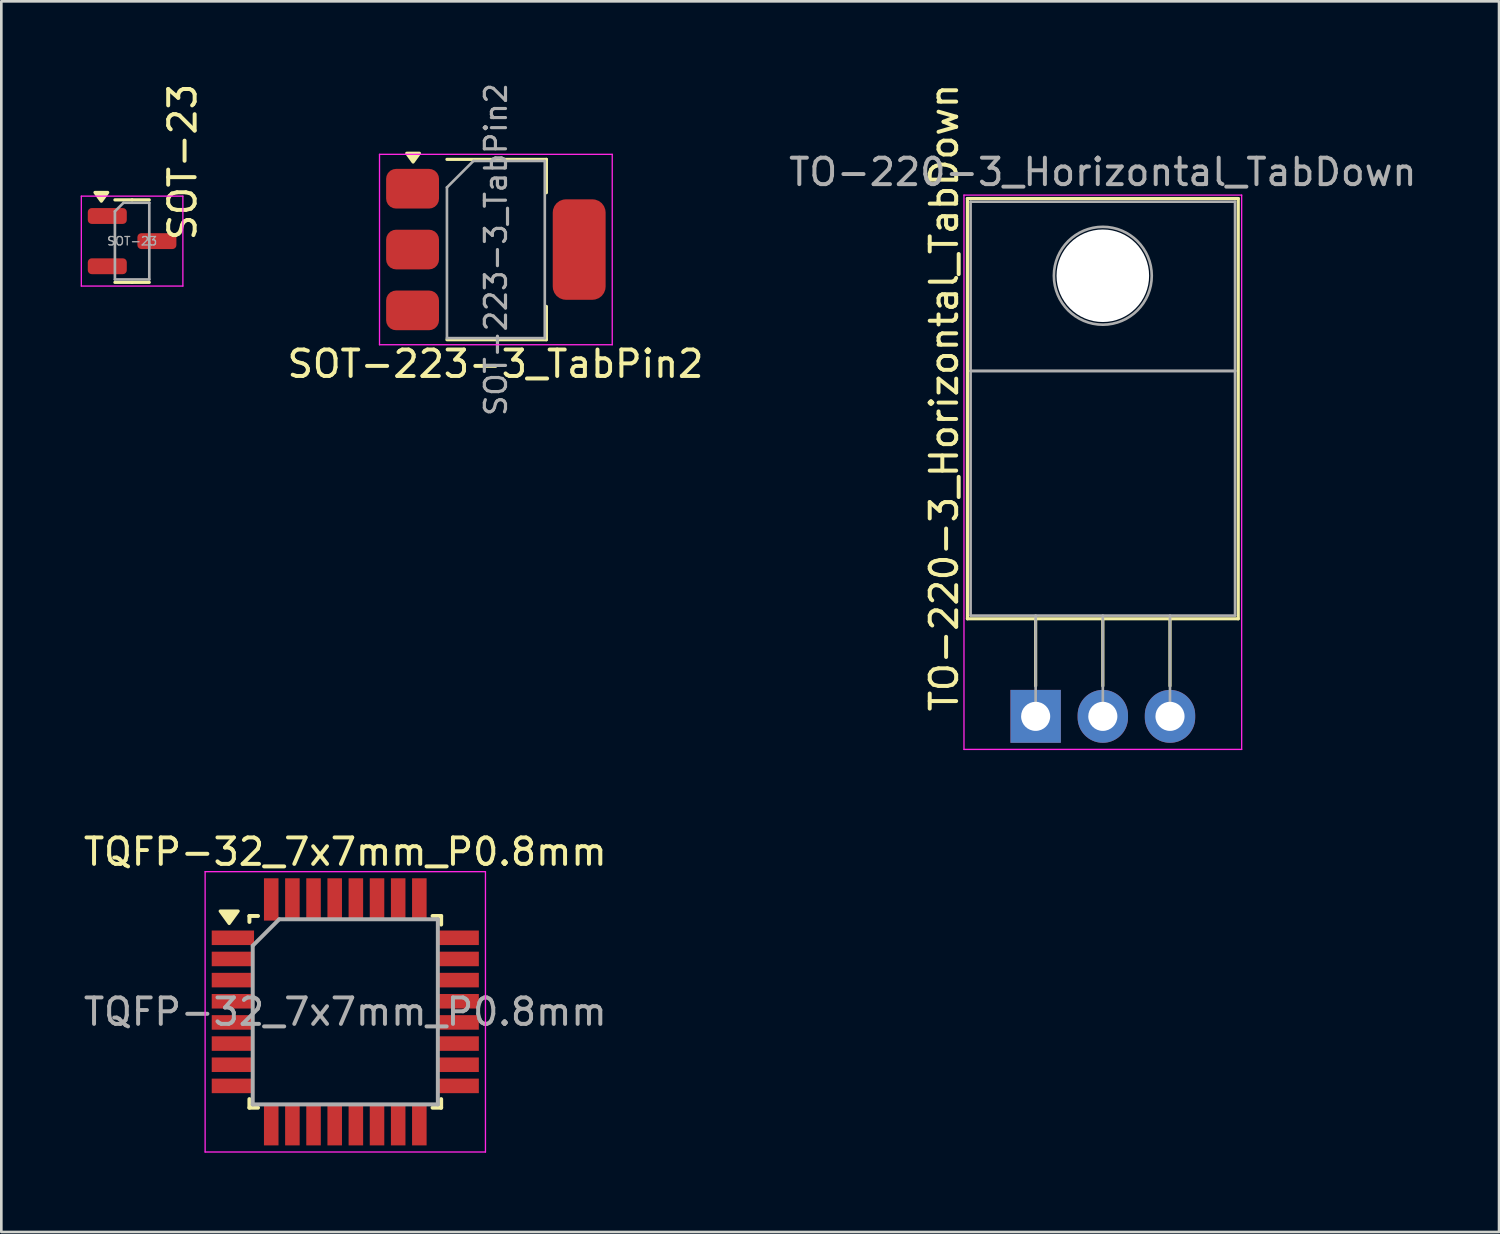
<source format=kicad_pcb>
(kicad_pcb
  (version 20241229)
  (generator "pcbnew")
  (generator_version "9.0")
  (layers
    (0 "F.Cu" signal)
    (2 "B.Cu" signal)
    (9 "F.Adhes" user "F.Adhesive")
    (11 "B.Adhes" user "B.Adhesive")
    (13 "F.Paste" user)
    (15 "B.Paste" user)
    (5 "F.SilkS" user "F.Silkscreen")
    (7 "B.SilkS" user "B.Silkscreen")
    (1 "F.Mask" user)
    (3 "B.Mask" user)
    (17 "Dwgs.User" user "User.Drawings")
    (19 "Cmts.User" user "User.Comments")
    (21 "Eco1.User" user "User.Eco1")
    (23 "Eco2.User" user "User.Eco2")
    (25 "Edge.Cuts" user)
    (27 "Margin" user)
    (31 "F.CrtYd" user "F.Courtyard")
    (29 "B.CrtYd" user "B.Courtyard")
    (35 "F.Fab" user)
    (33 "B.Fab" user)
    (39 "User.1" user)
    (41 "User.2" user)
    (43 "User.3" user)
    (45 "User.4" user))
  (footprint "SOT-223-3_TabPin2"
    (layer "F.Cu")
    (at 15.7 6.386)
    (property "Reference" "SOT-223-3_TabPin2" (at -0.015 4.325 0) (layer "F.SilkS") (effects (font (size 1 1) (thickness 0.15))))
    (attr smd)
    (fp_line (start -1.85 -3.41) (end 1.91 -3.41) (stroke (width 0.12) (type solid)) (layer "F.SilkS"))
    (fp_line (start -1.85 3.41) (end 1.91 3.41) (stroke (width 0.12) (type solid)) (layer "F.SilkS"))
    (fp_line (start 1.91 -3.41) (end 1.91 -2.15) (stroke (width 0.12) (type solid)) (layer "F.SilkS"))
    (fp_line (start 1.91 3.41) (end 1.91 2.15) (stroke (width 0.12) (type solid)) (layer "F.SilkS"))
    (fp_poly (pts (xy -3.13 -3.31) (xy -3.37 -3.64) (xy -2.89 -3.64) (xy -3.13 -3.31)) (stroke (width 0.12) (type solid)) (fill yes) (layer "F.SilkS"))
    (fp_line (start -4.4 -3.6) (end -4.4 3.6) (stroke (width 0.05) (type solid)) (layer "F.CrtYd"))
    (fp_line (start -4.4 3.6) (end 4.4 3.6) (stroke (width 0.05) (type solid)) (layer "F.CrtYd"))
    (fp_line (start 4.4 -3.6) (end -4.4 -3.6) (stroke (width 0.05) (type solid)) (layer "F.CrtYd"))
    (fp_line (start 4.4 3.6) (end 4.4 -3.6) (stroke (width 0.05) (type solid)) (layer "F.CrtYd"))
    (fp_line (start -1.85 -2.35) (end -1.85 3.35) (stroke (width 0.1) (type solid)) (layer "F.Fab"))
    (fp_line (start -1.85 -2.35) (end -0.85 -3.35) (stroke (width 0.1) (type solid)) (layer "F.Fab"))
    (fp_line (start -1.85 3.35) (end 1.85 3.35) (stroke (width 0.1) (type solid)) (layer "F.Fab"))
    (fp_line (start -0.85 -3.35) (end 1.85 -3.35) (stroke (width 0.1) (type solid)) (layer "F.Fab"))
    (fp_line (start 1.85 -3.35) (end 1.85 3.35) (stroke (width 0.1) (type solid)) (layer "F.Fab"))
    (fp_text user "${REFERENCE}" (at 0 0 90) (layer "F.Fab") (effects (font (size 0.8 0.8) (thickness 0.12))))
    (pad "1" smd roundrect (at -3.15 -2.3) (size 2 1.5) (layers "F.Cu" "F.Mask" "F.Paste") (roundrect_rratio 0.25))
    (pad "2" smd roundrect (at -3.15 0) (size 2 1.5) (layers "F.Cu" "F.Mask" "F.Paste") (roundrect_rratio 0.25))
    (pad "2" smd roundrect (at 3.15 0) (size 2 3.8) (layers "F.Cu" "F.Mask" "F.Paste") (roundrect_rratio 0.25))
    (pad "3" smd roundrect (at -3.15 2.3) (size 2 1.5) (layers "F.Cu" "F.Mask" "F.Paste") (roundrect_rratio 0.25)))
  (footprint "SOT-23"
    (layer "F.Cu")
    (at 1.945 6.067)
    (property "Reference" "SOT-23" (at 1.91 -2.99 270) (layer "F.SilkS") (effects (font (size 1 1) (thickness 0.15))))
    (attr smd)
    (fp_line (start 0 -1.56) (end -0.65 -1.56) (stroke (width 0.12) (type solid)) (layer "F.SilkS"))
    (fp_line (start 0 -1.56) (end 0.65 -1.56) (stroke (width 0.12) (type solid)) (layer "F.SilkS"))
    (fp_line (start 0 1.56) (end -0.65 1.56) (stroke (width 0.12) (type solid)) (layer "F.SilkS"))
    (fp_line (start 0 1.56) (end 0.65 1.56) (stroke (width 0.12) (type solid)) (layer "F.SilkS"))
    (fp_poly (pts (xy -1.163 -1.51) (xy -1.403 -1.84) (xy -0.922 -1.84) (xy -1.163 -1.51)) (stroke (width 0.12) (type solid)) (fill yes) (layer "F.SilkS"))
    (fp_line (start -1.92 -1.7) (end -1.92 1.7) (stroke (width 0.05) (type solid)) (layer "F.CrtYd"))
    (fp_line (start -1.92 1.7) (end 1.92 1.7) (stroke (width 0.05) (type solid)) (layer "F.CrtYd"))
    (fp_line (start 1.92 -1.7) (end -1.92 -1.7) (stroke (width 0.05) (type solid)) (layer "F.CrtYd"))
    (fp_line (start 1.92 1.7) (end 1.92 -1.7) (stroke (width 0.05) (type solid)) (layer "F.CrtYd"))
    (fp_line (start -0.65 -1.125) (end -0.325 -1.45) (stroke (width 0.1) (type solid)) (layer "F.Fab"))
    (fp_line (start -0.65 1.45) (end -0.65 -1.125) (stroke (width 0.1) (type solid)) (layer "F.Fab"))
    (fp_line (start -0.325 -1.45) (end 0.65 -1.45) (stroke (width 0.1) (type solid)) (layer "F.Fab"))
    (fp_line (start 0.65 -1.45) (end 0.65 1.45) (stroke (width 0.1) (type solid)) (layer "F.Fab"))
    (fp_line (start 0.65 1.45) (end -0.65 1.45) (stroke (width 0.1) (type solid)) (layer "F.Fab"))
    (fp_text user "${REFERENCE}" (at 0 0 0) (layer "F.Fab") (effects (font (size 0.32 0.32) (thickness 0.05))))
    (pad "1" smd roundrect (at -0.938 -0.95) (size 1.475 0.6) (layers "F.Cu" "F.Mask" "F.Paste") (roundrect_rratio 0.25))
    (pad "2" smd roundrect (at 0.938 0) (size 1.475 0.6) (layers "F.Cu" "F.Mask" "F.Paste") (roundrect_rratio 0.25))
    (pad "3" smd roundrect (at -0.938 0.95) (size 1.475 0.6) (layers "F.Cu" "F.Mask" "F.Paste") (roundrect_rratio 0.25)))
  (footprint "TQFP-32_7x7mm_P0.8mm"
    (layer "F.Cu")
    (at 10.006 35.21)
    (property "Reference" "TQFP-32_7x7mm_P0.8mm" (at 0 -6.05 0) (layer "F.SilkS") (effects (font (size 1 1) (thickness 0.15))))
    (attr smd)
    (fp_line (start -3.625 -3.625) (end -3.625 -3.4) (stroke (width 0.15) (type solid)) (layer "F.SilkS"))
    (fp_line (start -3.625 -3.625) (end -3.3 -3.625) (stroke (width 0.15) (type solid)) (layer "F.SilkS"))
    (fp_line (start -3.625 3.625) (end -3.625 3.3) (stroke (width 0.15) (type solid)) (layer "F.SilkS"))
    (fp_line (start -3.625 3.625) (end -3.3 3.625) (stroke (width 0.15) (type solid)) (layer "F.SilkS"))
    (fp_line (start 3.625 -3.625) (end 3.3 -3.625) (stroke (width 0.15) (type solid)) (layer "F.SilkS"))
    (fp_line (start 3.625 -3.625) (end 3.625 -3.3) (stroke (width 0.15) (type solid)) (layer "F.SilkS"))
    (fp_line (start 3.625 3.625) (end 3.3 3.625) (stroke (width 0.15) (type solid)) (layer "F.SilkS"))
    (fp_line (start 3.625 3.625) (end 3.625 3.3) (stroke (width 0.15) (type solid)) (layer "F.SilkS"))
    (fp_poly (pts (xy -4.39 -3.34) (xy -4.73 -3.81) (xy -4.05 -3.81) (xy -4.39 -3.34)) (stroke (width 0.12) (type solid)) (fill yes) (layer "F.SilkS"))
    (fp_line (start -5.3 -5.3) (end -5.3 5.3) (stroke (width 0.05) (type solid)) (layer "F.CrtYd"))
    (fp_line (start -5.3 -5.3) (end 5.3 -5.3) (stroke (width 0.05) (type solid)) (layer "F.CrtYd"))
    (fp_line (start -5.3 5.3) (end 5.3 5.3) (stroke (width 0.05) (type solid)) (layer "F.CrtYd"))
    (fp_line (start 5.3 -5.3) (end 5.3 5.3) (stroke (width 0.05) (type solid)) (layer "F.CrtYd"))
    (fp_line (start -3.5 -2.5) (end -2.5 -3.5) (stroke (width 0.15) (type solid)) (layer "F.Fab"))
    (fp_line (start -3.5 3.5) (end -3.5 -2.5) (stroke (width 0.15) (type solid)) (layer "F.Fab"))
    (fp_line (start -2.5 -3.5) (end 3.5 -3.5) (stroke (width 0.15) (type solid)) (layer "F.Fab"))
    (fp_line (start 3.5 -3.5) (end 3.5 3.5) (stroke (width 0.15) (type solid)) (layer "F.Fab"))
    (fp_line (start 3.5 3.5) (end -3.5 3.5) (stroke (width 0.15) (type solid)) (layer "F.Fab"))
    (fp_text user "${REFERENCE}" (at 0 0 0) (layer "F.Fab") (effects (font (size 1 1) (thickness 0.15))))
    (pad "1" smd rect (at -4.25 -2.8) (size 1.6 0.55) (layers "F.Cu" "F.Mask" "F.Paste"))
    (pad "2" smd rect (at -4.25 -2) (size 1.6 0.55) (layers "F.Cu" "F.Mask" "F.Paste"))
    (pad "3" smd rect (at -4.25 -1.2) (size 1.6 0.55) (layers "F.Cu" "F.Mask" "F.Paste"))
    (pad "4" smd rect (at -4.25 -0.4) (size 1.6 0.55) (layers "F.Cu" "F.Mask" "F.Paste"))
    (pad "5" smd rect (at -4.25 0.4) (size 1.6 0.55) (layers "F.Cu" "F.Mask" "F.Paste"))
    (pad "6" smd rect (at -4.25 1.2) (size 1.6 0.55) (layers "F.Cu" "F.Mask" "F.Paste"))
    (pad "7" smd rect (at -4.25 2) (size 1.6 0.55) (layers "F.Cu" "F.Mask" "F.Paste"))
    (pad "8" smd rect (at -4.25 2.8) (size 1.6 0.55) (layers "F.Cu" "F.Mask" "F.Paste"))
    (pad "9" smd rect (at -2.8 4.25 90) (size 1.6 0.55) (layers "F.Cu" "F.Mask" "F.Paste"))
    (pad "10" smd rect (at -2 4.25 90) (size 1.6 0.55) (layers "F.Cu" "F.Mask" "F.Paste"))
    (pad "11" smd rect (at -1.2 4.25 90) (size 1.6 0.55) (layers "F.Cu" "F.Mask" "F.Paste"))
    (pad "12" smd rect (at -0.4 4.25 90) (size 1.6 0.55) (layers "F.Cu" "F.Mask" "F.Paste"))
    (pad "13" smd rect (at 0.4 4.25 90) (size 1.6 0.55) (layers "F.Cu" "F.Mask" "F.Paste"))
    (pad "14" smd rect (at 1.2 4.25 90) (size 1.6 0.55) (layers "F.Cu" "F.Mask" "F.Paste"))
    (pad "15" smd rect (at 2 4.25 90) (size 1.6 0.55) (layers "F.Cu" "F.Mask" "F.Paste"))
    (pad "16" smd rect (at 2.8 4.25 90) (size 1.6 0.55) (layers "F.Cu" "F.Mask" "F.Paste"))
    (pad "17" smd rect (at 4.25 2.8) (size 1.6 0.55) (layers "F.Cu" "F.Mask" "F.Paste"))
    (pad "18" smd rect (at 4.25 2) (size 1.6 0.55) (layers "F.Cu" "F.Mask" "F.Paste"))
    (pad "19" smd rect (at 4.25 1.2) (size 1.6 0.55) (layers "F.Cu" "F.Mask" "F.Paste"))
    (pad "20" smd rect (at 4.25 0.4) (size 1.6 0.55) (layers "F.Cu" "F.Mask" "F.Paste"))
    (pad "21" smd rect (at 4.25 -0.4) (size 1.6 0.55) (layers "F.Cu" "F.Mask" "F.Paste"))
    (pad "22" smd rect (at 4.25 -1.2) (size 1.6 0.55) (layers "F.Cu" "F.Mask" "F.Paste"))
    (pad "23" smd rect (at 4.25 -2) (size 1.6 0.55) (layers "F.Cu" "F.Mask" "F.Paste"))
    (pad "24" smd rect (at 4.25 -2.8) (size 1.6 0.55) (layers "F.Cu" "F.Mask" "F.Paste"))
    (pad "25" smd rect (at 2.8 -4.25 90) (size 1.6 0.55) (layers "F.Cu" "F.Mask" "F.Paste"))
    (pad "26" smd rect (at 2 -4.25 90) (size 1.6 0.55) (layers "F.Cu" "F.Mask" "F.Paste"))
    (pad "27" smd rect (at 1.2 -4.25 90) (size 1.6 0.55) (layers "F.Cu" "F.Mask" "F.Paste"))
    (pad "28" smd rect (at 0.4 -4.25 90) (size 1.6 0.55) (layers "F.Cu" "F.Mask" "F.Paste"))
    (pad "29" smd rect (at -0.4 -4.25 90) (size 1.6 0.55) (layers "F.Cu" "F.Mask" "F.Paste"))
    (pad "30" smd rect (at -1.2 -4.25 90) (size 1.6 0.55) (layers "F.Cu" "F.Mask" "F.Paste"))
    (pad "31" smd rect (at -2 -4.25 90) (size 1.6 0.55) (layers "F.Cu" "F.Mask" "F.Paste"))
    (pad "32" smd rect (at -2.8 -4.25 90) (size 1.6 0.55) (layers "F.Cu" "F.Mask" "F.Paste")))
  (footprint "TO-220-3_Horizontal_TabDown"
    (layer "F.Cu")
    (at 36.11 24.037)
    (property "Reference" "TO-220-3_Horizontal_TabDown" (at -3.46 -12.055 270) (layer "F.SilkS") (effects (font (size 1 1) (thickness 0.15))))
    (attr through_hole)
    (fp_line (start -2.58 -19.58) (end -2.58 -3.69) (stroke (width 0.12) (type solid)) (layer "F.SilkS"))
    (fp_line (start -2.58 -19.58) (end 7.66 -19.58) (stroke (width 0.12) (type solid)) (layer "F.SilkS"))
    (fp_line (start -2.58 -3.69) (end 7.66 -3.69) (stroke (width 0.12) (type solid)) (layer "F.SilkS"))
    (fp_line (start 0 -3.69) (end 0 -1.15) (stroke (width 0.12) (type solid)) (layer "F.SilkS"))
    (fp_line (start 2.54 -3.69) (end 2.54 -1.15) (stroke (width 0.12) (type solid)) (layer "F.SilkS"))
    (fp_line (start 5.08 -3.69) (end 5.08 -1.15) (stroke (width 0.12) (type solid)) (layer "F.SilkS"))
    (fp_line (start 7.66 -19.58) (end 7.66 -3.69) (stroke (width 0.12) (type solid)) (layer "F.SilkS"))
    (fp_line (start -2.71 -19.71) (end -2.71 1.25) (stroke (width 0.05) (type solid)) (layer "F.CrtYd"))
    (fp_line (start -2.71 1.25) (end 7.79 1.25) (stroke (width 0.05) (type solid)) (layer "F.CrtYd"))
    (fp_line (start 7.79 -19.71) (end -2.71 -19.71) (stroke (width 0.05) (type solid)) (layer "F.CrtYd"))
    (fp_line (start 7.79 1.25) (end 7.79 -19.71) (stroke (width 0.05) (type solid)) (layer "F.CrtYd"))
    (fp_line (start -2.46 -19.46) (end 7.54 -19.46) (stroke (width 0.1) (type solid)) (layer "F.Fab"))
    (fp_line (start -2.46 -13.06) (end -2.46 -19.46) (stroke (width 0.1) (type solid)) (layer "F.Fab"))
    (fp_line (start -2.46 -13.06) (end 7.54 -13.06) (stroke (width 0.1) (type solid)) (layer "F.Fab"))
    (fp_line (start -2.46 -3.81) (end -2.46 -13.06) (stroke (width 0.1) (type solid)) (layer "F.Fab"))
    (fp_line (start 0 -3.81) (end 0 0) (stroke (width 0.1) (type solid)) (layer "F.Fab"))
    (fp_line (start 2.54 -3.81) (end 2.54 0) (stroke (width 0.1) (type solid)) (layer "F.Fab"))
    (fp_line (start 5.08 -3.81) (end 5.08 0) (stroke (width 0.1) (type solid)) (layer "F.Fab"))
    (fp_line (start 7.54 -19.46) (end 7.54 -13.06) (stroke (width 0.1) (type solid)) (layer "F.Fab"))
    (fp_line (start 7.54 -13.06) (end -2.46 -13.06) (stroke (width 0.1) (type solid)) (layer "F.Fab"))
    (fp_line (start 7.54 -13.06) (end 7.54 -3.81) (stroke (width 0.1) (type solid)) (layer "F.Fab"))
    (fp_line (start 7.54 -3.81) (end -2.46 -3.81) (stroke (width 0.1) (type solid)) (layer "F.Fab"))
    (fp_circle (center 2.54 -16.66) (end 4.39 -16.66) (stroke (width 0.1) (type solid)) (fill no) (layer "F.Fab"))
    (fp_text user "${REFERENCE}" (at 2.54 -20.58 180) (layer "F.Fab") (effects (font (size 1 1) (thickness 0.15))))
    (pad "" np_thru_hole oval (at 2.54 -16.66) (size 3.5 3.5) (drill 3.5) (layers "*.Cu" "*.Mask"))
    (pad "1" thru_hole rect (at 0 0) (size 1.905 2) (drill 1.1) (layers "*.Cu" "*.Mask"))
    (pad "2" thru_hole oval (at 2.54 0) (size 1.905 2) (drill 1.1) (layers "*.Cu" "*.Mask"))
    (pad "3" thru_hole oval (at 5.08 0) (size 1.905 2) (drill 1.1) (layers "*.Cu" "*.Mask")))
  (gr_rect
    (start -3 -3)
    (end 53.632 43.535)
    (stroke (width 0.1) (type default))
    (fill no)
    (layer "Edge.Cuts")))
</source>
